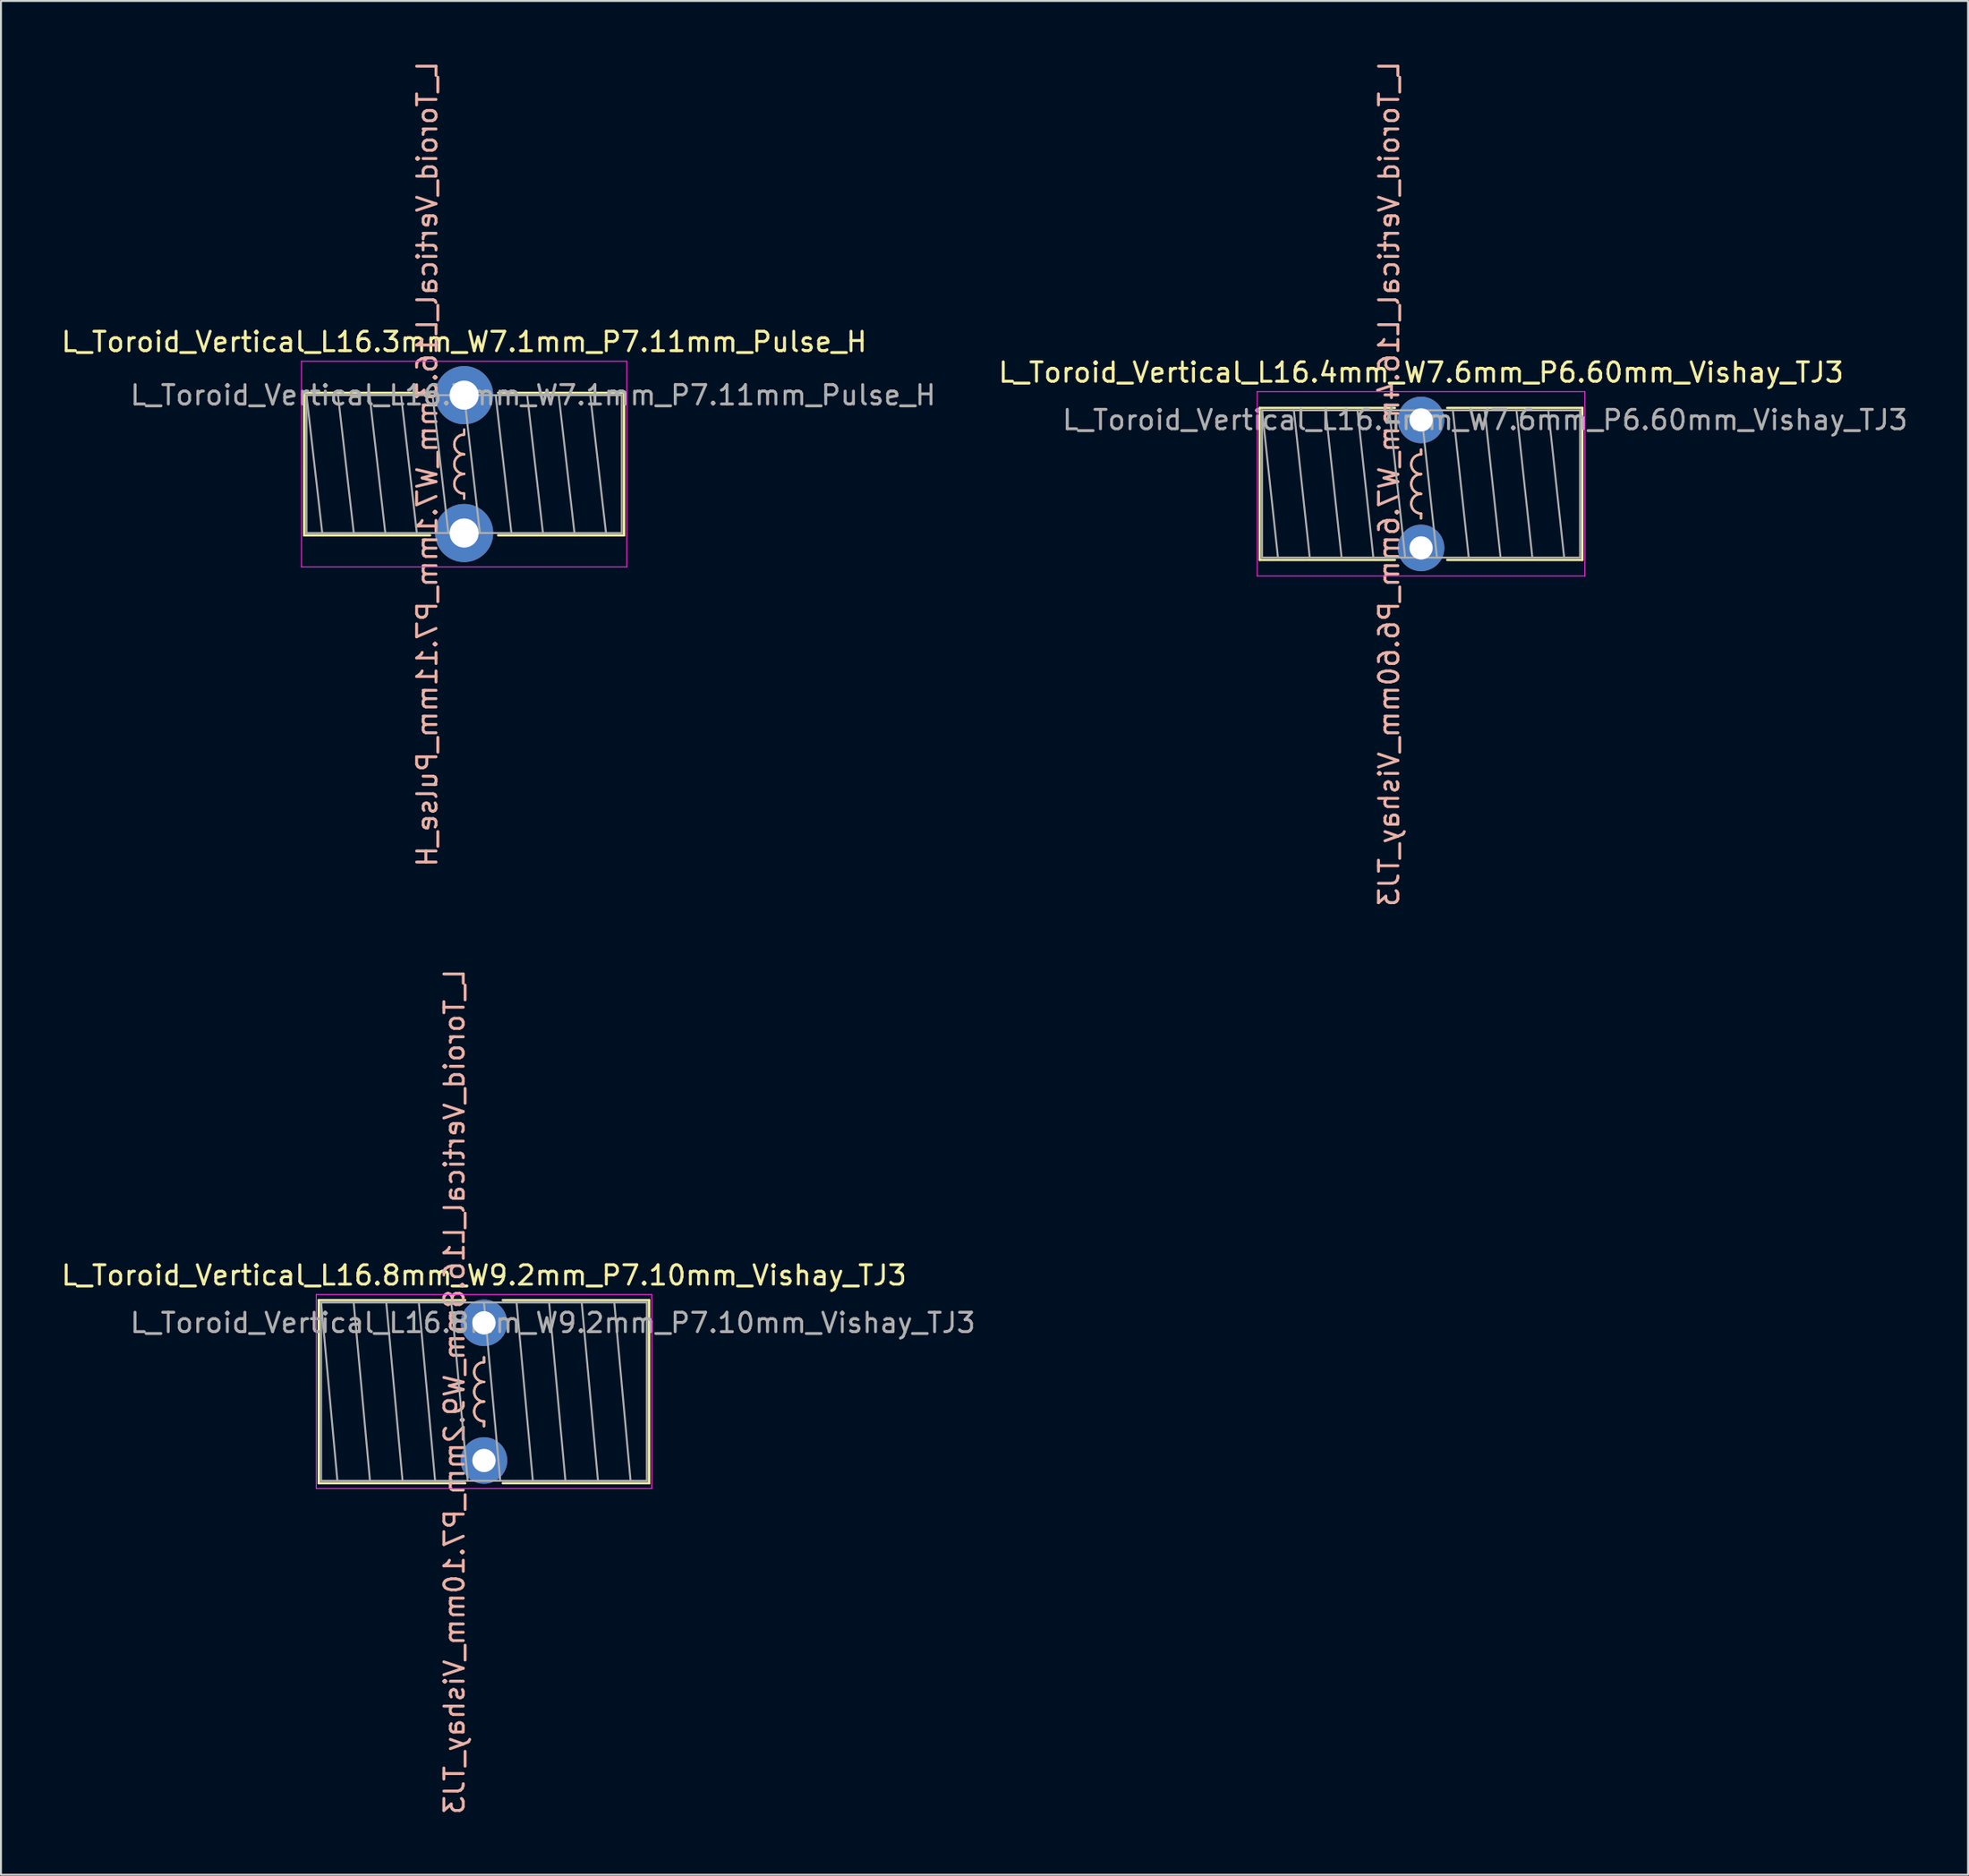
<source format=kicad_pcb>
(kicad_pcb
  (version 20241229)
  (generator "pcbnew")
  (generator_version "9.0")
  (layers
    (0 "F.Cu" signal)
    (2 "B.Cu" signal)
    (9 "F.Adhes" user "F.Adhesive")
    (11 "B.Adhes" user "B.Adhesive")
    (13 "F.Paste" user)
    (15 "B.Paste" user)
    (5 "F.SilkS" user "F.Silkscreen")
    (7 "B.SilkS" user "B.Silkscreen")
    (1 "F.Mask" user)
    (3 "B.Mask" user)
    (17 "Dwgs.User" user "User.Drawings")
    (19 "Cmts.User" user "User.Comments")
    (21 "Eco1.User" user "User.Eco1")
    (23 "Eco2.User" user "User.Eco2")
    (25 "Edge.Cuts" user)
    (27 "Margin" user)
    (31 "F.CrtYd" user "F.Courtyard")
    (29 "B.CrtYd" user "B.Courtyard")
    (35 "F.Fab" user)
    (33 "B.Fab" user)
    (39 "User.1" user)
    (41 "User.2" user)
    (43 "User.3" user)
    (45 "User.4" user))
  (footprint "L_Toroid_Vertical_L16.8mm_W9.2mm_P7.10mm_Vishay_TJ3"
    (layer "F.Cu")
    (at 21.911 65.176)
    (property "Reference" "L_Toroid_Vertical_L16.8mm_W9.2mm_P7.10mm_Vishay_TJ3" (at 0 -2.45 0) (layer "F.SilkS") (effects (font (size 1 1) (thickness 0.15))))
    (fp_line (start -8.52 -1.17) (end -8.52 8.27) (stroke (width 0.12) (type solid)) (layer "F.SilkS"))
    (fp_line (start -8.52 -1.17) (end -0.968 -1.17) (stroke (width 0.12) (type solid)) (layer "F.SilkS"))
    (fp_line (start -8.52 8.27) (end -0.968 8.27) (stroke (width 0.12) (type solid)) (layer "F.SilkS"))
    (fp_line (start 0 2.032) (end 0 1.778) (stroke (width 0.12) (type solid)) (layer "F.SilkS"))
    (fp_line (start 0 5.08) (end 0 5.334) (stroke (width 0.12) (type solid)) (layer "F.SilkS"))
    (fp_line (start 0.968 -1.17) (end 8.52 -1.17) (stroke (width 0.12) (type solid)) (layer "F.SilkS"))
    (fp_line (start 0.968 8.27) (end 8.52 8.27) (stroke (width 0.12) (type solid)) (layer "F.SilkS"))
    (fp_line (start 8.52 -1.17) (end 8.52 8.27) (stroke (width 0.12) (type solid)) (layer "F.SilkS"))
    (fp_arc (start 0 3.048) (mid -0.508 2.54) (end 0 2.032) (stroke (width 0.12) (type solid)) (layer "F.SilkS"))
    (fp_arc (start 0 4.064) (mid -0.508 3.556) (end 0 3.048) (stroke (width 0.12) (type solid)) (layer "F.SilkS"))
    (fp_arc (start 0 5.08) (mid -0.508 4.572) (end 0 4.064) (stroke (width 0.12) (type solid)) (layer "F.SilkS"))
    (fp_line (start 0 2.032) (end 0 1.778) (stroke (width 0.12) (type solid)) (layer "B.SilkS"))
    (fp_line (start 0 5.08) (end 0 5.334) (stroke (width 0.12) (type solid)) (layer "B.SilkS"))
    (fp_arc (start 0 3.048) (mid -0.508 2.54) (end 0 2.032) (stroke (width 0.12) (type solid)) (layer "B.SilkS"))
    (fp_arc (start 0 4.064) (mid -0.508 3.556) (end 0 3.048) (stroke (width 0.12) (type solid)) (layer "B.SilkS"))
    (fp_arc (start 0 5.08) (mid -0.508 4.572) (end 0 4.064) (stroke (width 0.12) (type solid)) (layer "B.SilkS"))
    (fp_line (start -8.65 -1.46) (end -8.65 8.55) (stroke (width 0.05) (type solid)) (layer "F.CrtYd"))
    (fp_line (start -8.65 8.55) (end 8.65 8.55) (stroke (width 0.05) (type solid)) (layer "F.CrtYd"))
    (fp_line (start 8.65 -1.46) (end -8.65 -1.46) (stroke (width 0.05) (type solid)) (layer "F.CrtYd"))
    (fp_line (start 8.65 8.55) (end 8.65 -1.46) (stroke (width 0.05) (type solid)) (layer "F.CrtYd"))
    (fp_line (start -8.4 -1.05) (end -8.4 8.15) (stroke (width 0.1) (type solid)) (layer "F.Fab"))
    (fp_line (start -8.4 -1.05) (end -7.56 8.15) (stroke (width 0.1) (type solid)) (layer "F.Fab"))
    (fp_line (start -8.4 8.15) (end 8.4 8.15) (stroke (width 0.1) (type solid)) (layer "F.Fab"))
    (fp_line (start -6.72 -1.05) (end -5.88 8.15) (stroke (width 0.1) (type solid)) (layer "F.Fab"))
    (fp_line (start -5.04 -1.05) (end -4.2 8.15) (stroke (width 0.1) (type solid)) (layer "F.Fab"))
    (fp_line (start -3.36 -1.05) (end -2.52 8.15) (stroke (width 0.1) (type solid)) (layer "F.Fab"))
    (fp_line (start -1.68 -1.05) (end -0.84 8.15) (stroke (width 0.1) (type solid)) (layer "F.Fab"))
    (fp_line (start 0 -1.05) (end 0.84 8.15) (stroke (width 0.1) (type solid)) (layer "F.Fab"))
    (fp_line (start 1.68 -1.05) (end 2.52 8.15) (stroke (width 0.1) (type solid)) (layer "F.Fab"))
    (fp_line (start 3.36 -1.05) (end 4.2 8.15) (stroke (width 0.1) (type solid)) (layer "F.Fab"))
    (fp_line (start 5.04 -1.05) (end 5.88 8.15) (stroke (width 0.1) (type solid)) (layer "F.Fab"))
    (fp_line (start 6.72 -1.05) (end 7.56 8.15) (stroke (width 0.1) (type solid)) (layer "F.Fab"))
    (fp_line (start 8.4 -1.05) (end -8.4 -1.05) (stroke (width 0.1) (type solid)) (layer "F.Fab"))
    (fp_line (start 8.4 8.15) (end 8.4 -1.05) (stroke (width 0.1) (type solid)) (layer "F.Fab"))
    (fp_text user "${REFERENCE}" (at -1.524 3.556 90) (layer "B.SilkS") (effects (font (size 1 1) (thickness 0.15)) (justify mirror)))
    (fp_text user "${REFERENCE}" (at 3.55 0 0) (layer "F.Fab") (effects (font (size 1 1) (thickness 0.15))))
    (pad "1" thru_hole circle (at 0 0) (size 2.4 2.4) (drill 1.2) (layers "*.Cu" "*.Mask"))
    (pad "2" thru_hole circle (at 0 7.1) (size 2.4 2.4) (drill 1.2) (layers "*.Cu" "*.Mask")))
  (footprint "L_Toroid_Vertical_L16.3mm_W7.1mm_P7.11mm_Pulse_H"
    (layer "F.Cu")
    (at 20.887 17.331)
    (property "Reference" "L_Toroid_Vertical_L16.3mm_W7.1mm_P7.11mm_Pulse_H" (at 0 -2.75 0) (layer "F.SilkS") (effects (font (size 1 1) (thickness 0.15))))
    (fp_line (start -8.25 -0.12) (end -8.25 7.23) (stroke (width 0.12) (type solid)) (layer "F.SilkS"))
    (fp_line (start -8.25 -0.12) (end -1.755 -0.12) (stroke (width 0.12) (type solid)) (layer "F.SilkS"))
    (fp_line (start -8.25 7.23) (end -1.755 7.23) (stroke (width 0.12) (type solid)) (layer "F.SilkS"))
    (fp_line (start 0 2.032) (end 0 1.778) (stroke (width 0.12) (type solid)) (layer "F.SilkS"))
    (fp_line (start 0 5.08) (end 0 5.334) (stroke (width 0.12) (type solid)) (layer "F.SilkS"))
    (fp_line (start 1.755 -0.12) (end 8.25 -0.12) (stroke (width 0.12) (type solid)) (layer "F.SilkS"))
    (fp_line (start 1.755 7.23) (end 8.25 7.23) (stroke (width 0.12) (type solid)) (layer "F.SilkS"))
    (fp_line (start 8.25 -0.12) (end 8.25 7.23) (stroke (width 0.12) (type solid)) (layer "F.SilkS"))
    (fp_arc (start 0 3.048) (mid -0.508 2.54) (end 0 2.032) (stroke (width 0.12) (type solid)) (layer "F.SilkS"))
    (fp_arc (start 0 4.064) (mid -0.508 3.556) (end 0 3.048) (stroke (width 0.12) (type solid)) (layer "F.SilkS"))
    (fp_arc (start 0 5.08) (mid -0.508 4.572) (end 0 4.064) (stroke (width 0.12) (type solid)) (layer "F.SilkS"))
    (fp_line (start 0 2.032) (end 0 1.778) (stroke (width 0.12) (type solid)) (layer "B.SilkS"))
    (fp_line (start 0 5.08) (end 0 5.334) (stroke (width 0.12) (type solid)) (layer "B.SilkS"))
    (fp_arc (start 0 3.048) (mid -0.508 2.54) (end 0 2.032) (stroke (width 0.12) (type solid)) (layer "B.SilkS"))
    (fp_arc (start 0 4.064) (mid -0.508 3.556) (end 0 3.048) (stroke (width 0.12) (type solid)) (layer "B.SilkS"))
    (fp_arc (start 0 5.08) (mid -0.508 4.572) (end 0 4.064) (stroke (width 0.12) (type solid)) (layer "B.SilkS"))
    (fp_line (start -8.39 -1.75) (end -8.39 8.86) (stroke (width 0.05) (type solid)) (layer "F.CrtYd"))
    (fp_line (start -8.39 8.86) (end 8.39 8.86) (stroke (width 0.05) (type solid)) (layer "F.CrtYd"))
    (fp_line (start 8.39 -1.75) (end -8.39 -1.75) (stroke (width 0.05) (type solid)) (layer "F.CrtYd"))
    (fp_line (start 8.39 8.86) (end 8.39 -1.75) (stroke (width 0.05) (type solid)) (layer "F.CrtYd"))
    (fp_line (start -8.13 0) (end -8.13 7.11) (stroke (width 0.1) (type solid)) (layer "F.Fab"))
    (fp_line (start -8.13 0) (end -7.317 7.11) (stroke (width 0.1) (type solid)) (layer "F.Fab"))
    (fp_line (start -8.13 7.11) (end 8.13 7.11) (stroke (width 0.1) (type solid)) (layer "F.Fab"))
    (fp_line (start -6.504 0) (end -5.691 7.11) (stroke (width 0.1) (type solid)) (layer "F.Fab"))
    (fp_line (start -4.878 0) (end -4.065 7.11) (stroke (width 0.1) (type solid)) (layer "F.Fab"))
    (fp_line (start -3.252 0) (end -2.439 7.11) (stroke (width 0.1) (type solid)) (layer "F.Fab"))
    (fp_line (start -1.626 0) (end -0.813 7.11) (stroke (width 0.1) (type solid)) (layer "F.Fab"))
    (fp_line (start 0 0) (end 0.813 7.11) (stroke (width 0.1) (type solid)) (layer "F.Fab"))
    (fp_line (start 1.626 0) (end 2.439 7.11) (stroke (width 0.1) (type solid)) (layer "F.Fab"))
    (fp_line (start 3.252 0) (end 4.065 7.11) (stroke (width 0.1) (type solid)) (layer "F.Fab"))
    (fp_line (start 4.878 0) (end 5.691 7.11) (stroke (width 0.1) (type solid)) (layer "F.Fab"))
    (fp_line (start 6.504 0) (end 7.317 7.11) (stroke (width 0.1) (type solid)) (layer "F.Fab"))
    (fp_line (start 8.13 0) (end -8.13 0) (stroke (width 0.1) (type solid)) (layer "F.Fab"))
    (fp_line (start 8.13 7.11) (end 8.13 0) (stroke (width 0.1) (type solid)) (layer "F.Fab"))
    (fp_text user "${REFERENCE}" (at -1.905 3.556 90) (layer "B.SilkS") (effects (font (size 1 1) (thickness 0.15)) (justify mirror)))
    (fp_text user "${REFERENCE}" (at 3.555 0 0) (layer "F.Fab") (effects (font (size 1 1) (thickness 0.15))))
    (pad "1" thru_hole circle (at 0 0) (size 3 3) (drill 1.5) (layers "*.Cu" "*.Mask"))
    (pad "2" thru_hole circle (at 0 7.11) (size 3 3) (drill 1.5) (layers "*.Cu" "*.Mask")))
  (footprint "L_Toroid_Vertical_L16.4mm_W7.6mm_P6.60mm_Vishay_TJ3"
    (layer "F.Cu")
    (at 70.24 18.609)
    (property "Reference" "L_Toroid_Vertical_L16.4mm_W7.6mm_P6.60mm_Vishay_TJ3" (at 0 -2.45 0) (layer "F.SilkS") (effects (font (size 1 1) (thickness 0.15))))
    (fp_line (start -8.32 -0.62) (end -8.32 7.22) (stroke (width 0.12) (type solid)) (layer "F.SilkS"))
    (fp_line (start -8.32 -0.62) (end -1.35 -0.62) (stroke (width 0.12) (type solid)) (layer "F.SilkS"))
    (fp_line (start -8.32 7.22) (end -1.35 7.22) (stroke (width 0.12) (type solid)) (layer "F.SilkS"))
    (fp_line (start 0 1.778) (end 0 1.524) (stroke (width 0.12) (type solid)) (layer "F.SilkS"))
    (fp_line (start 0 4.826) (end 0 5.08) (stroke (width 0.12) (type solid)) (layer "F.SilkS"))
    (fp_line (start 1.35 -0.62) (end 8.32 -0.62) (stroke (width 0.12) (type solid)) (layer "F.SilkS"))
    (fp_line (start 1.35 7.22) (end 8.32 7.22) (stroke (width 0.12) (type solid)) (layer "F.SilkS"))
    (fp_line (start 8.32 -0.62) (end 8.32 7.22) (stroke (width 0.12) (type solid)) (layer "F.SilkS"))
    (fp_arc (start 0 2.794) (mid -0.508 2.286) (end 0 1.778) (stroke (width 0.12) (type solid)) (layer "F.SilkS"))
    (fp_arc (start 0 3.81) (mid -0.508 3.302) (end 0 2.794) (stroke (width 0.12) (type solid)) (layer "F.SilkS"))
    (fp_arc (start 0 4.826) (mid -0.508 4.318) (end 0 3.81) (stroke (width 0.12) (type solid)) (layer "F.SilkS"))
    (fp_line (start 0 1.778) (end 0 1.524) (stroke (width 0.12) (type solid)) (layer "B.SilkS"))
    (fp_line (start 0 4.826) (end 0 5.08) (stroke (width 0.12) (type solid)) (layer "B.SilkS"))
    (fp_arc (start 0 2.794) (mid -0.508 2.286) (end 0 1.778) (stroke (width 0.12) (type solid)) (layer "B.SilkS"))
    (fp_arc (start 0 3.81) (mid -0.508 3.302) (end 0 2.794) (stroke (width 0.12) (type solid)) (layer "B.SilkS"))
    (fp_arc (start 0 4.826) (mid -0.508 4.318) (end 0 3.81) (stroke (width 0.12) (type solid)) (layer "B.SilkS"))
    (fp_line (start -8.45 -1.46) (end -8.45 8.05) (stroke (width 0.05) (type solid)) (layer "F.CrtYd"))
    (fp_line (start -8.45 8.05) (end 8.45 8.05) (stroke (width 0.05) (type solid)) (layer "F.CrtYd"))
    (fp_line (start 8.45 -1.46) (end -8.45 -1.46) (stroke (width 0.05) (type solid)) (layer "F.CrtYd"))
    (fp_line (start 8.45 8.05) (end 8.45 -1.46) (stroke (width 0.05) (type solid)) (layer "F.CrtYd"))
    (fp_line (start -8.2 -0.5) (end -8.2 7.1) (stroke (width 0.1) (type solid)) (layer "F.Fab"))
    (fp_line (start -8.2 -0.5) (end -7.38 7.1) (stroke (width 0.1) (type solid)) (layer "F.Fab"))
    (fp_line (start -8.2 7.1) (end 8.2 7.1) (stroke (width 0.1) (type solid)) (layer "F.Fab"))
    (fp_line (start -6.56 -0.5) (end -5.74 7.1) (stroke (width 0.1) (type solid)) (layer "F.Fab"))
    (fp_line (start -4.92 -0.5) (end -4.1 7.1) (stroke (width 0.1) (type solid)) (layer "F.Fab"))
    (fp_line (start -3.28 -0.5) (end -2.46 7.1) (stroke (width 0.1) (type solid)) (layer "F.Fab"))
    (fp_line (start -1.64 -0.5) (end -0.82 7.1) (stroke (width 0.1) (type solid)) (layer "F.Fab"))
    (fp_line (start 0 -0.5) (end 0.82 7.1) (stroke (width 0.1) (type solid)) (layer "F.Fab"))
    (fp_line (start 1.64 -0.5) (end 2.46 7.1) (stroke (width 0.1) (type solid)) (layer "F.Fab"))
    (fp_line (start 3.28 -0.5) (end 4.1 7.1) (stroke (width 0.1) (type solid)) (layer "F.Fab"))
    (fp_line (start 4.92 -0.5) (end 5.74 7.1) (stroke (width 0.1) (type solid)) (layer "F.Fab"))
    (fp_line (start 6.56 -0.5) (end 7.38 7.1) (stroke (width 0.1) (type solid)) (layer "F.Fab"))
    (fp_line (start 8.2 -0.5) (end -8.2 -0.5) (stroke (width 0.1) (type solid)) (layer "F.Fab"))
    (fp_line (start 8.2 7.1) (end 8.2 -0.5) (stroke (width 0.1) (type solid)) (layer "F.Fab"))
    (fp_text user "${REFERENCE}" (at -1.651 3.302 90) (layer "B.SilkS") (effects (font (size 1 1) (thickness 0.15)) (justify mirror)))
    (fp_text user "${REFERENCE}" (at 3.3 0 0) (layer "F.Fab") (effects (font (size 1 1) (thickness 0.15))))
    (pad "1" thru_hole circle (at 0 0) (size 2.4 2.4) (drill 1.2) (layers "*.Cu" "*.Mask"))
    (pad "2" thru_hole circle (at 0 6.6) (size 2.4 2.4) (drill 1.2) (layers "*.Cu" "*.Mask")))
  (gr_rect
    (start -3 -3)
    (end 98.45 93.643)
    (stroke (width 0.1) (type default))
    (fill no)
    (layer "Edge.Cuts")))
</source>
